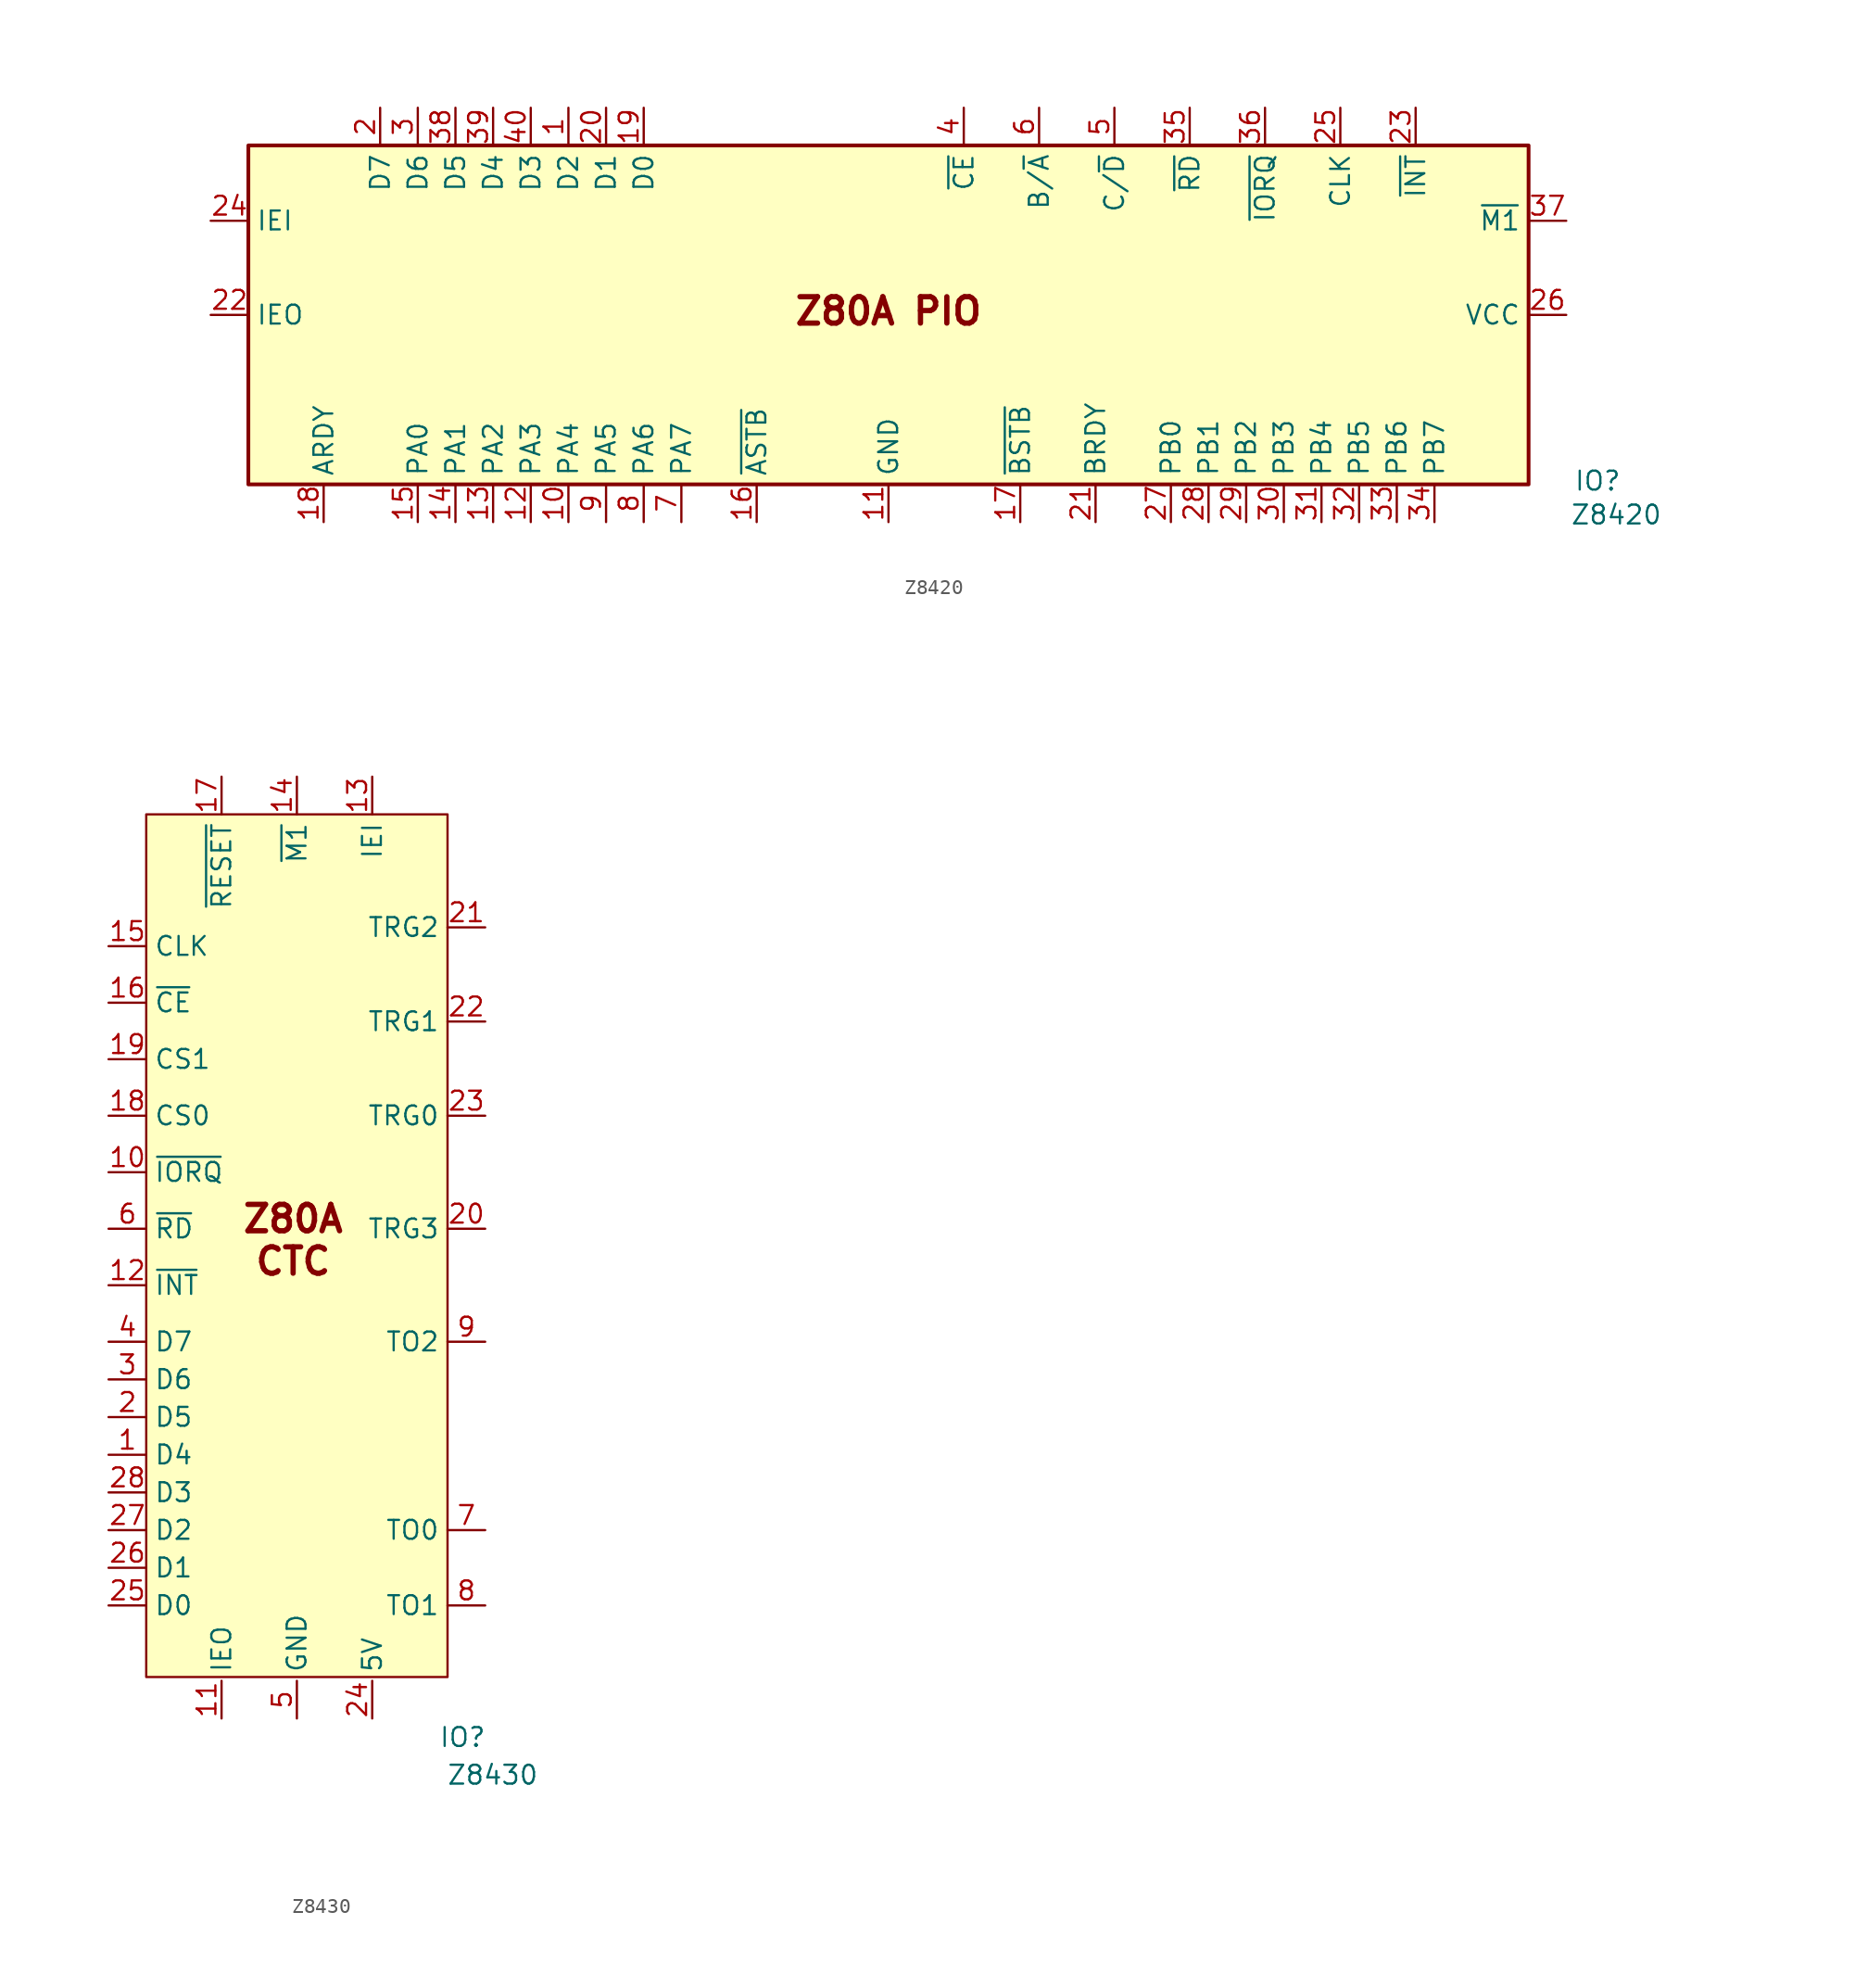
<source format=kicad_sym>
(kicad_symbol_lib
  (version 20241209)
  (generator "kicad_symbol_editor")
  (generator_version "9.0")
  (symbol "Z8420"
    (property "Reference" "IO"
      (at 46.228 -11.938 0)
      (effects (font (size 1.27 1.27)) (justify left bottom)))
    (property "Value" "Z8420"
      (at 45.974 -14.224 0)
      (effects (font (size 1.27 1.27)) (justify left bottom)))
    (symbol "Z8420_1_0"
      (rectangle (start -43.18 11.43) (end 43.18 -11.43) (stroke (width 0.254) (type default)) (fill (type background))))
    (symbol "Z8420_1_1"
      (text "Z80A PIO" (at 0 0.254 0) (effects (font (size 1.778 1.778) (thickness 0.356) (bold yes))))
      (pin input line (at -45.72 6.35 0) (length 2.54) (name "IEI" (effects (font (size 1.27 1.27)))) (number "24" (effects (font (size 1.27 1.27)))))
      (pin output line (at -45.72 0 0) (length 2.54) (name "IEO" (effects (font (size 1.27 1.27)))) (number "22" (effects (font (size 1.27 1.27)))))
      (pin output line (at -38.1 -13.97 90) (length 2.54) (name "ARDY" (effects (font (size 1.27 1.27)))) (number "18" (effects (font (size 1.27 1.27)))))
      (pin bidirectional line (at -34.29 13.97 270) (length 2.54) (name "D7" (effects (font (size 1.27 1.27)))) (number "2" (effects (font (size 1.27 1.27)))))
      (pin bidirectional line (at -31.75 13.97 270) (length 2.54) (name "D6" (effects (font (size 1.27 1.27)))) (number "3" (effects (font (size 1.27 1.27)))))
      (pin bidirectional line (at -31.75 -13.97 90) (length 2.54) (name "PA0" (effects (font (size 1.27 1.27)))) (number "15" (effects (font (size 1.27 1.27)))))
      (pin bidirectional line (at -29.21 13.97 270) (length 2.54) (name "D5" (effects (font (size 1.27 1.27)))) (number "38" (effects (font (size 1.27 1.27)))))
      (pin bidirectional line (at -29.21 -13.97 90) (length 2.54) (name "PA1" (effects (font (size 1.27 1.27)))) (number "14" (effects (font (size 1.27 1.27)))))
      (pin bidirectional line (at -26.67 13.97 270) (length 2.54) (name "D4" (effects (font (size 1.27 1.27)))) (number "39" (effects (font (size 1.27 1.27)))))
      (pin bidirectional line (at -26.67 -13.97 90) (length 2.54) (name "PA2" (effects (font (size 1.27 1.27)))) (number "13" (effects (font (size 1.27 1.27)))))
      (pin bidirectional line (at -24.13 13.97 270) (length 2.54) (name "D3" (effects (font (size 1.27 1.27)))) (number "40" (effects (font (size 1.27 1.27)))))
      (pin bidirectional line (at -24.13 -13.97 90) (length 2.54) (name "PA3" (effects (font (size 1.27 1.27)))) (number "12" (effects (font (size 1.27 1.27)))))
      (pin bidirectional line (at -21.59 13.97 270) (length 2.54) (name "D2" (effects (font (size 1.27 1.27)))) (number "1" (effects (font (size 1.27 1.27)))))
      (pin bidirectional line (at -21.59 -13.97 90) (length 2.54) (name "PA4" (effects (font (size 1.27 1.27)))) (number "10" (effects (font (size 1.27 1.27)))))
      (pin bidirectional line (at -19.05 13.97 270) (length 2.54) (name "D1" (effects (font (size 1.27 1.27)))) (number "20" (effects (font (size 1.27 1.27)))))
      (pin bidirectional line (at -19.05 -13.97 90) (length 2.54) (name "PA5" (effects (font (size 1.27 1.27)))) (number "9" (effects (font (size 1.27 1.27)))))
      (pin bidirectional line (at -16.51 13.97 270) (length 2.54) (name "D0" (effects (font (size 1.27 1.27)))) (number "19" (effects (font (size 1.27 1.27)))))
      (pin bidirectional line (at -16.51 -13.97 90) (length 2.54) (name "PA6" (effects (font (size 1.27 1.27)))) (number "8" (effects (font (size 1.27 1.27)))))
      (pin bidirectional line (at -13.97 -13.97 90) (length 2.54) (name "PA7" (effects (font (size 1.27 1.27)))) (number "7" (effects (font (size 1.27 1.27)))))
      (pin input line (at -8.89 -13.97 90) (length 2.54) (name "~{ASTB}" (effects (font (size 1.27 1.27)))) (number "16" (effects (font (size 1.27 1.27)))))
      (pin power_in line (at 0 -13.97 90) (length 2.54) (name "GND" (effects (font (size 1.27 1.27)))) (number "11" (effects (font (size 1.27 1.27)))))
      (pin input line (at 5.08 13.97 270) (length 2.54) (name "~{CE}" (effects (font (size 1.27 1.27)))) (number "4" (effects (font (size 1.27 1.27)))))
      (pin input line (at 8.89 -13.97 90) (length 2.54) (name "~{BSTB}" (effects (font (size 1.27 1.27)))) (number "17" (effects (font (size 1.27 1.27)))))
      (pin input line (at 10.16 13.97 270) (length 2.54) (name "B/~{A}" (effects (font (size 1.27 1.27)))) (number "6" (effects (font (size 1.27 1.27)))))
      (pin output line (at 13.97 -13.97 90) (length 2.54) (name "BRDY" (effects (font (size 1.27 1.27)))) (number "21" (effects (font (size 1.27 1.27)))))
      (pin input line (at 15.24 13.97 270) (length 2.54) (name "C/~{D}" (effects (font (size 1.27 1.27)))) (number "5" (effects (font (size 1.27 1.27)))))
      (pin bidirectional line (at 19.05 -13.97 90) (length 2.54) (name "PB0" (effects (font (size 1.27 1.27)))) (number "27" (effects (font (size 1.27 1.27)))))
      (pin input line (at 20.32 13.97 270) (length 2.54) (name "~{RD}" (effects (font (size 1.27 1.27)))) (number "35" (effects (font (size 1.27 1.27)))))
      (pin bidirectional line (at 21.59 -13.97 90) (length 2.54) (name "PB1" (effects (font (size 1.27 1.27)))) (number "28" (effects (font (size 1.27 1.27)))))
      (pin bidirectional line (at 24.13 -13.97 90) (length 2.54) (name "PB2" (effects (font (size 1.27 1.27)))) (number "29" (effects (font (size 1.27 1.27)))))
      (pin input line (at 25.4 13.97 270) (length 2.54) (name "~{IORQ}" (effects (font (size 1.27 1.27)))) (number "36" (effects (font (size 1.27 1.27)))))
      (pin bidirectional line (at 26.67 -13.97 90) (length 2.54) (name "PB3" (effects (font (size 1.27 1.27)))) (number "30" (effects (font (size 1.27 1.27)))))
      (pin bidirectional line (at 29.21 -13.97 90) (length 2.54) (name "PB4" (effects (font (size 1.27 1.27)))) (number "31" (effects (font (size 1.27 1.27)))))
      (pin input line (at 30.48 13.97 270) (length 2.54) (name "CLK" (effects (font (size 1.27 1.27)))) (number "25" (effects (font (size 1.27 1.27)))))
      (pin bidirectional line (at 31.75 -13.97 90) (length 2.54) (name "PB5" (effects (font (size 1.27 1.27)))) (number "32" (effects (font (size 1.27 1.27)))))
      (pin bidirectional line (at 34.29 -13.97 90) (length 2.54) (name "PB6" (effects (font (size 1.27 1.27)))) (number "33" (effects (font (size 1.27 1.27)))))
      (pin open_collector line (at 35.56 13.97 270) (length 2.54) (name "~{INT}" (effects (font (size 1.27 1.27)))) (number "23" (effects (font (size 1.27 1.27)))))
      (pin bidirectional line (at 36.83 -13.97 90) (length 2.54) (name "PB7" (effects (font (size 1.27 1.27)))) (number "34" (effects (font (size 1.27 1.27)))))
      (pin input line (at 45.72 6.35 180) (length 2.54) (name "~{M1}" (effects (font (size 1.27 1.27)))) (number "37" (effects (font (size 1.27 1.27)))))
      (pin power_in line (at 45.72 0 180) (length 2.54) (name "VCC" (effects (font (size 1.27 1.27)))) (number "26" (effects (font (size 1.27 1.27)))))))
  (symbol "Z8430"
    (property "Reference" "IO"
      (at 11.176 -34.29 0)
      (effects (font (size 1.27 1.27))))
    (property "Value" "Z8430"
      (at 13.208 -36.83 0)
      (effects (font (size 1.27 1.27))))
    (symbol "Z8430_0_0"
      (pin input line (at -12.7 19.05 0) (length 2.54) (name "CLK" (effects (font (size 1.27 1.27)))) (number "15" (effects (font (size 1.27 1.27)))))
      (pin input line (at -12.7 15.24 0) (length 2.54) (name "~{CE}" (effects (font (size 1.27 1.27)))) (number "16" (effects (font (size 1.27 1.27)))))
      (pin input line (at -12.7 11.43 0) (length 2.54) (name "CS1" (effects (font (size 1.27 1.27)))) (number "19" (effects (font (size 1.27 1.27)))))
      (pin input line (at -12.7 7.62 0) (length 2.54) (name "CS0" (effects (font (size 1.27 1.27)))) (number "18" (effects (font (size 1.27 1.27)))))
      (pin input line (at -12.7 3.81 0) (length 2.54) (name "~{IORQ}" (effects (font (size 1.27 1.27)))) (number "10" (effects (font (size 1.27 1.27)))))
      (pin input line (at -12.7 0 0) (length 2.54) (name "~{RD}" (effects (font (size 1.27 1.27)))) (number "6" (effects (font (size 1.27 1.27)))))
      (pin bidirectional line (at -12.7 -7.62 0) (length 2.54) (name "D7" (effects (font (size 1.27 1.27)))) (number "4" (effects (font (size 1.27 1.27)))))
      (pin bidirectional line (at -12.7 -10.16 0) (length 2.54) (name "D6" (effects (font (size 1.27 1.27)))) (number "3" (effects (font (size 1.27 1.27)))))
      (pin bidirectional line (at -12.7 -12.7 0) (length 2.54) (name "D5" (effects (font (size 1.27 1.27)))) (number "2" (effects (font (size 1.27 1.27)))))
      (pin bidirectional line (at -12.7 -15.24 0) (length 2.54) (name "D4" (effects (font (size 1.27 1.27)))) (number "1" (effects (font (size 1.27 1.27)))))
      (pin bidirectional line (at -12.7 -17.78 0) (length 2.54) (name "D3" (effects (font (size 1.27 1.27)))) (number "28" (effects (font (size 1.27 1.27)))))
      (pin bidirectional line (at -12.7 -20.32 0) (length 2.54) (name "D2" (effects (font (size 1.27 1.27)))) (number "27" (effects (font (size 1.27 1.27)))))
      (pin bidirectional line (at -12.7 -22.86 0) (length 2.54) (name "D1" (effects (font (size 1.27 1.27)))) (number "26" (effects (font (size 1.27 1.27)))))
      (pin bidirectional line (at -12.7 -25.4 0) (length 2.54) (name "D0" (effects (font (size 1.27 1.27)))) (number "25" (effects (font (size 1.27 1.27)))))
      (pin input line (at -5.08 30.48 270) (length 2.54) (name "~{RESET}" (effects (font (size 1.27 1.27)))) (number "17" (effects (font (size 1.27 1.27)))))
      (pin output line (at -5.08 -33.02 90) (length 2.54) (name "IEO" (effects (font (size 1.27 1.27)))) (number "11" (effects (font (size 1.27 1.27)))))
      (pin input line (at 0 30.48 270) (length 2.54) (name "~{M1}" (effects (font (size 1.27 1.27)))) (number "14" (effects (font (size 1.27 1.27)))))
      (pin power_in line (at 0 -33.02 90) (length 2.54) (name "GND" (effects (font (size 1.27 1.27)))) (number "5" (effects (font (size 1.27 1.27)))))
      (pin input line (at 5.08 30.48 270) (length 2.54) (name "IEI" (effects (font (size 1.27 1.27)))) (number "13" (effects (font (size 1.27 1.27)))))
      (pin power_in line (at 5.08 -33.02 90) (length 2.54) (name "5V" (effects (font (size 1.27 1.27)))) (number "24" (effects (font (size 1.27 1.27)))))
      (pin input line (at 12.7 20.32 180) (length 2.54) (name "TRG2" (effects (font (size 1.27 1.27)))) (number "21" (effects (font (size 1.27 1.27)))))
      (pin input line (at 12.7 13.97 180) (length 2.54) (name "TRG1" (effects (font (size 1.27 1.27)))) (number "22" (effects (font (size 1.27 1.27)))))
      (pin input line (at 12.7 7.62 180) (length 2.54) (name "TRG0" (effects (font (size 1.27 1.27)))) (number "23" (effects (font (size 1.27 1.27)))))
      (pin input line (at 12.7 0 180) (length 2.54) (name "TRG3" (effects (font (size 1.27 1.27)))) (number "20" (effects (font (size 1.27 1.27)))))
      (pin output line (at 12.7 -7.62 180) (length 2.54) (name "TO2" (effects (font (size 1.27 1.27)))) (number "9" (effects (font (size 1.27 1.27)))))
      (pin output line (at 12.7 -20.32 180) (length 2.54) (name "TO0" (effects (font (size 1.27 1.27)))) (number "7" (effects (font (size 1.27 1.27)))))
      (pin output line (at 12.7 -25.4 180) (length 2.54) (name "TO1" (effects (font (size 1.27 1.27)))) (number "8" (effects (font (size 1.27 1.27))))))
    (symbol "Z8430_1_0"
      (pin open_collector line (at -12.7 -3.81 0) (length 2.54) (name "~{INT}" (effects (font (size 1.27 1.27)))) (number "12" (effects (font (size 1.27 1.27))))))
    (symbol "Z8430_1_1"
      (rectangle (start -10.16 27.94) (end 10.16 -30.226) (stroke (width 0) (type solid)) (fill (type background)))
      (text "Z80A\nCTC" (at -0.254 -0.762 0) (effects (font (size 1.778 1.778) (thickness 0.356) (bold yes)))))))
</source>
